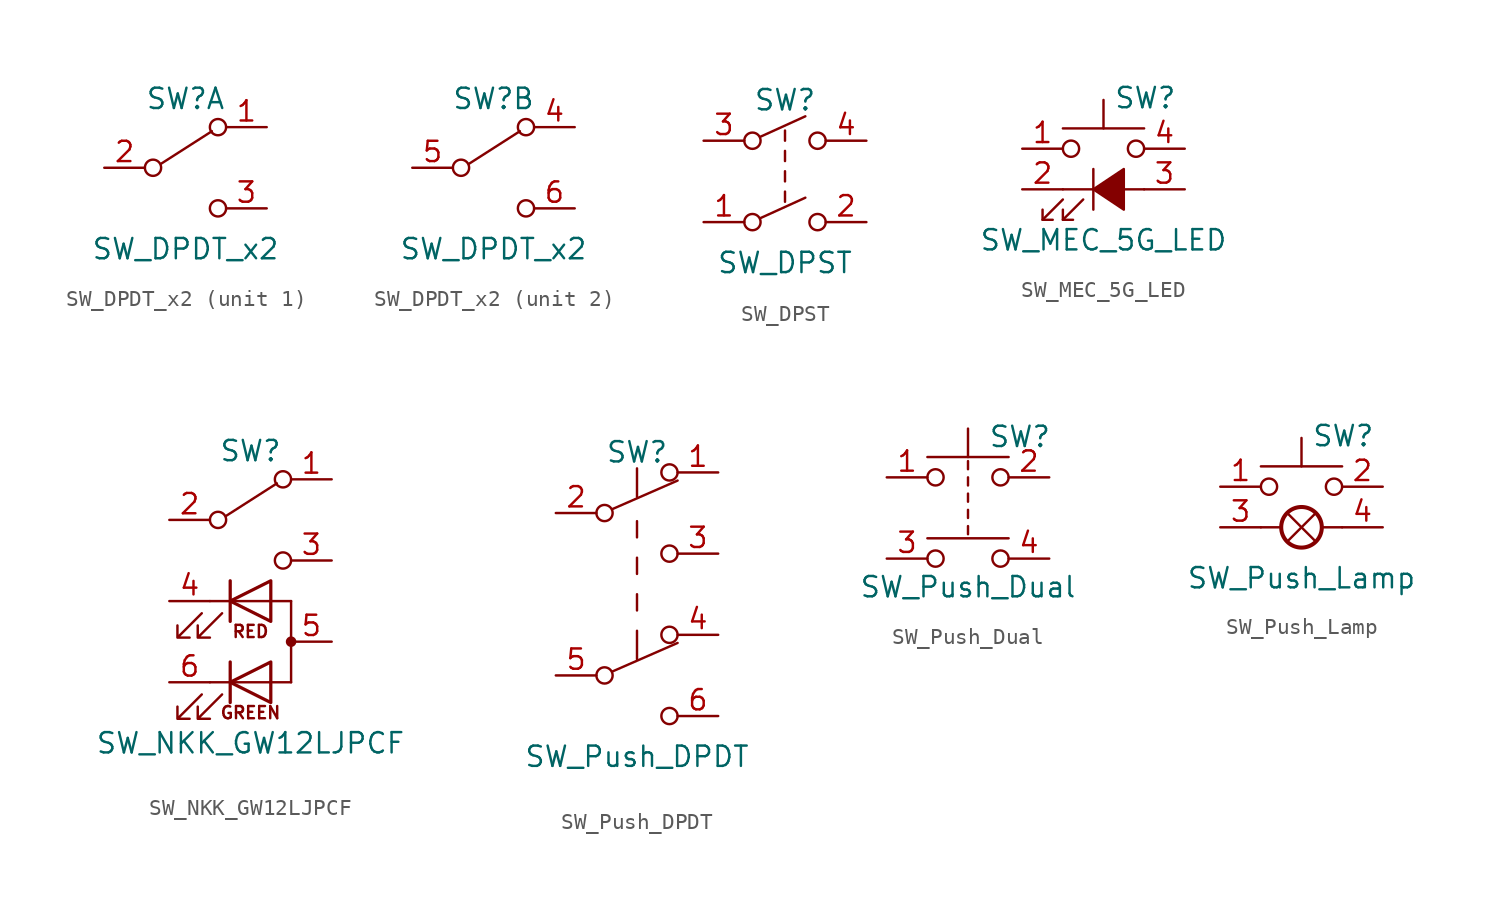
<source format=kicad_sym>
(kicad_symbol_lib
  (version 20220914)
  (generator kicad_symbol_editor)
  (symbol "SW_DPDT_x2"
    (pin_names
      (offset 0) hide)
    (property "Reference" "SW"
      (at 0 4.318 0)
      (effects (font (size 1.27 1.27))))
    (property "Value" "SW_DPDT_x2"
      (at 0 -5.08 0)
      (effects (font (size 1.27 1.27))))
    (symbol "SW_DPDT_x2_0_0"
      (circle (center -2.032 0) (radius 0.508) (stroke (width 0) (type default)) (fill (type none)))
      (circle (center 2.032 -2.54) (radius 0.508) (stroke (width 0) (type default)) (fill (type none))))
    (symbol "SW_DPDT_x2_0_1"
      (polyline (pts (xy -1.524 0.254) (xy 1.651 2.286)) (stroke (width 0) (type default)) (fill (type none)))
      (circle (center 2.032 2.54) (radius 0.508) (stroke (width 0) (type default)) (fill (type none))))
    (symbol "SW_DPDT_x2_1_1"
      (pin passive line (at 5.08 2.54 180) (length 2.54) (name "A" (effects (font (size 1.27 1.27)))) (number "1" (effects (font (size 1.27 1.27)))))
      (pin passive line (at -5.08 0 0) (length 2.54) (name "B" (effects (font (size 1.27 1.27)))) (number "2" (effects (font (size 1.27 1.27)))))
      (pin passive line (at 5.08 -2.54 180) (length 2.54) (name "C" (effects (font (size 1.27 1.27)))) (number "3" (effects (font (size 1.27 1.27))))))
    (symbol "SW_DPDT_x2_2_1"
      (pin passive line (at 5.08 2.54 180) (length 2.54) (name "A" (effects (font (size 1.27 1.27)))) (number "4" (effects (font (size 1.27 1.27)))))
      (pin passive line (at -5.08 0 0) (length 2.54) (name "B" (effects (font (size 1.27 1.27)))) (number "5" (effects (font (size 1.27 1.27)))))
      (pin passive line (at 5.08 -2.54 180) (length 2.54) (name "C" (effects (font (size 1.27 1.27)))) (number "6" (effects (font (size 1.27 1.27)))))))
  (symbol "SW_DPST"
    (pin_names
      (offset 0) hide)
    (property "Reference" "SW"
      (at 0 5.08 0)
      (effects (font (size 1.27 1.27))))
    (property "Value" "SW_DPST"
      (at 0 -5.08 0)
      (effects (font (size 1.27 1.27))))
    (symbol "SW_DPST_0_0"
      (circle (center -2.032 -2.54) (radius 0.508) (stroke (width 0) (type default)) (fill (type none)))
      (circle (center -2.032 2.54) (radius 0.508) (stroke (width 0) (type default)) (fill (type none)))
      (polyline (pts (xy -1.524 -2.286) (xy 1.27 -1.016)) (stroke (width 0) (type default)) (fill (type none)))
      (polyline (pts (xy -1.524 2.794) (xy 1.27 4.064)) (stroke (width 0) (type default)) (fill (type none)))
      (polyline (pts (xy 0 -1.27) (xy 0 -0.635)) (stroke (width 0) (type default)) (fill (type none)))
      (polyline (pts (xy 0 0) (xy 0 0.635)) (stroke (width 0) (type default)) (fill (type none)))
      (polyline (pts (xy 0 1.27) (xy 0 1.905)) (stroke (width 0) (type default)) (fill (type none)))
      (polyline (pts (xy 0 2.54) (xy 0 3.175)) (stroke (width 0) (type default)) (fill (type none)))
      (circle (center 2.032 -2.54) (radius 0.508) (stroke (width 0) (type default)) (fill (type none)))
      (circle (center 2.032 2.54) (radius 0.508) (stroke (width 0) (type default)) (fill (type none))))
    (symbol "SW_DPST_1_1"
      (pin passive line (at -5.08 -2.54 0) (length 2.54) (name "1" (effects (font (size 1.27 1.27)))) (number "1" (effects (font (size 1.27 1.27)))))
      (pin passive line (at 5.08 -2.54 180) (length 2.54) (name "2" (effects (font (size 1.27 1.27)))) (number "2" (effects (font (size 1.27 1.27)))))
      (pin passive line (at -5.08 2.54 0) (length 2.54) (name "3" (effects (font (size 1.27 1.27)))) (number "3" (effects (font (size 1.27 1.27)))))
      (pin passive line (at 5.08 2.54 180) (length 2.54) (name "4" (effects (font (size 1.27 1.27)))) (number "4" (effects (font (size 1.27 1.27)))))))
  (symbol "SW_MEC_5G_LED"
    (pin_names
      (offset 1.016) hide)
    (property "Reference" "SW"
      (at 0.635 5.715 0)
      (effects (font (size 1.27 1.27)) (justify left)))
    (property "Value" "SW_MEC_5G_LED"
      (at 0 -3.175 0)
      (effects (font (size 1.27 1.27))))
    (symbol "SW_MEC_5G_LED_0_0"
      (polyline (pts (xy -3.81 -1.905) (xy -2.54 -0.635)) (stroke (width 0) (type default)) (fill (type none)))
      (polyline (pts (xy -2.54 -1.905) (xy -1.27 -0.635)) (stroke (width 0) (type default)) (fill (type none)))
      (polyline (pts (xy -2.54 0) (xy 2.54 0)) (stroke (width 0) (type default)) (fill (type none)))
      (polyline (pts (xy -0.635 1.27) (xy -0.635 -1.27)) (stroke (width 0) (type default)) (fill (type none)))
      (polyline (pts (xy -3.81 -1.27) (xy -3.81 -1.905) (xy -3.175 -1.905)) (stroke (width 0) (type default)) (fill (type none)))
      (polyline (pts (xy -2.54 -1.27) (xy -2.54 -1.905) (xy -1.905 -1.905)) (stroke (width 0) (type default)) (fill (type none)))
      (polyline (pts (xy -0.635 0) (xy 1.27 1.27) (xy 1.27 -1.27) (xy -0.635 0)) (stroke (width 0) (type default)) (fill (type outline))))
    (symbol "SW_MEC_5G_LED_0_1"
      (circle (center -2.032 2.54) (radius 0.508) (stroke (width 0) (type default)) (fill (type none)))
      (polyline (pts (xy 0 3.81) (xy 0 5.588)) (stroke (width 0) (type default)) (fill (type none)))
      (polyline (pts (xy 2.54 3.81) (xy -2.54 3.81)) (stroke (width 0) (type default)) (fill (type none)))
      (circle (center 2.032 2.54) (radius 0.508) (stroke (width 0) (type default)) (fill (type none)))
      (pin passive line (at -5.08 2.54 0) (length 2.54) (name "1" (effects (font (size 1.27 1.27)))) (number "1" (effects (font (size 1.27 1.27)))))
      (pin passive line (at -5.08 0 0) (length 2.54) (name "2" (effects (font (size 1.27 1.27)))) (number "2" (effects (font (size 1.27 1.27)))))
      (pin passive line (at 5.08 0 180) (length 2.54) (name "K" (effects (font (size 1.27 1.27)))) (number "3" (effects (font (size 1.27 1.27)))))
      (pin passive line (at 5.08 2.54 180) (length 2.54) (name "A" (effects (font (size 1.27 1.27)))) (number "4" (effects (font (size 1.27 1.27)))))))
  (symbol "SW_NKK_GW12LJPCF"
    (pin_names
      (offset 1.016) hide)
    (property "Reference" "SW"
      (at 0 9.398 0)
      (effects (font (size 1.27 1.27))))
    (property "Value" "SW_NKK_GW12LJPCF"
      (at 0 -8.89 0)
      (effects (font (size 1.27 1.27))))
    (symbol "SW_NKK_GW12LJPCF_0_0"
      (circle (center -2.032 5.08) (radius 0.508) (stroke (width 0) (type default)) (fill (type none)))
      (polyline (pts (xy -2.54 -5.08) (xy 2.54 -5.08)) (stroke (width 0) (type default)) (fill (type none)))
      (polyline (pts (xy -2.54 0) (xy 2.54 0)) (stroke (width 0) (type default)) (fill (type none)))
      (circle (center 2.032 2.54) (radius 0.508) (stroke (width 0) (type default)) (fill (type none)))
      (text "GREEN" (at 0 -6.985 0) (effects (font (size 0.762 0.762))))
      (text "RED" (at 0 -1.905 0) (effects (font (size 0.762 0.762)))))
    (symbol "SW_NKK_GW12LJPCF_0_1"
      (polyline (pts (xy -1.524 5.334) (xy 1.651 7.366)) (stroke (width 0) (type default)) (fill (type none)))
      (polyline (pts (xy -1.27 -6.35) (xy -1.27 -3.81)) (stroke (width 0.203) (type default)) (fill (type none)))
      (polyline (pts (xy -1.27 -1.27) (xy -1.27 1.27)) (stroke (width 0.203) (type default)) (fill (type none)))
      (polyline (pts (xy 2.54 0) (xy 2.54 -5.08)) (stroke (width 0) (type default)) (fill (type none)))
      (polyline (pts (xy 1.27 -6.35) (xy 1.27 -3.81) (xy -1.27 -5.08) (xy 1.27 -6.35)) (stroke (width 0.203) (type default)) (fill (type none)))
      (polyline (pts (xy 1.27 -1.27) (xy 1.27 1.27) (xy -1.27 0) (xy 1.27 -1.27)) (stroke (width 0.203) (type default)) (fill (type none)))
      (polyline (pts (xy -3.048 -5.842) (xy -4.572 -7.366) (xy -3.81 -7.366) (xy -4.572 -7.366) (xy -4.572 -6.604)) (stroke (width 0) (type default)) (fill (type none)))
      (polyline (pts (xy -3.048 -0.762) (xy -4.572 -2.286) (xy -3.81 -2.286) (xy -4.572 -2.286) (xy -4.572 -1.524)) (stroke (width 0) (type default)) (fill (type none)))
      (polyline (pts (xy -1.778 -5.842) (xy -3.302 -7.366) (xy -2.54 -7.366) (xy -3.302 -7.366) (xy -3.302 -6.604)) (stroke (width 0) (type default)) (fill (type none)))
      (polyline (pts (xy -1.778 -0.762) (xy -3.302 -2.286) (xy -2.54 -2.286) (xy -3.302 -2.286) (xy -3.302 -1.524)) (stroke (width 0) (type default)) (fill (type none)))
      (circle (center 2.032 7.62) (radius 0.508) (stroke (width 0) (type default)) (fill (type none)))
      (circle (center 2.54 -2.54) (radius 0.254) (stroke (width 0) (type default)) (fill (type outline)))
      (pin passive line (at -5.08 0 0) (length 2.54) (name "KR" (effects (font (size 1.27 1.27)))) (number "4" (effects (font (size 1.27 1.27)))))
      (pin passive line (at 5.08 -2.54 180) (length 2.54) (name "A" (effects (font (size 1.27 1.27)))) (number "5" (effects (font (size 1.27 1.27)))))
      (pin passive line (at -5.08 -5.08 0) (length 2.54) (name "KG" (effects (font (size 1.27 1.27)))) (number "6" (effects (font (size 1.27 1.27))))))
    (symbol "SW_NKK_GW12LJPCF_1_1"
      (pin passive line (at 5.08 7.62 180) (length 2.54) (name "A" (effects (font (size 1.27 1.27)))) (number "1" (effects (font (size 1.27 1.27)))))
      (pin passive line (at -5.08 5.08 0) (length 2.54) (name "B" (effects (font (size 1.27 1.27)))) (number "2" (effects (font (size 1.27 1.27)))))
      (pin passive line (at 5.08 2.54 180) (length 2.54) (name "C" (effects (font (size 1.27 1.27)))) (number "3" (effects (font (size 1.27 1.27)))))))
  (symbol "SW_Push_DPDT"
    (pin_names
      (offset 0) hide)
    (property "Reference" "SW"
      (at 0 8.89 0)
      (effects (font (size 1.27 1.27))))
    (property "Value" "SW_Push_DPDT"
      (at 0 -10.16 0)
      (effects (font (size 1.27 1.27))))
    (symbol "SW_Push_DPDT_0_0"
      (circle (center -2.032 -5.08) (radius 0.508) (stroke (width 0) (type default)) (fill (type none)))
      (circle (center -2.032 5.08) (radius 0.508) (stroke (width 0) (type default)) (fill (type none)))
      (circle (center 2.032 -7.62) (radius 0.508) (stroke (width 0) (type default)) (fill (type none)))
      (circle (center 2.032 2.54) (radius 0.508) (stroke (width 0) (type default)) (fill (type none))))
    (symbol "SW_Push_DPDT_0_1"
      (polyline (pts (xy -1.524 -4.826) (xy 2.54 -3.048)) (stroke (width 0) (type default)) (fill (type none)))
      (polyline (pts (xy -1.524 5.334) (xy 2.54 7.112)) (stroke (width 0) (type default)) (fill (type none)))
      (polyline (pts (xy 0 -2.286) (xy 0 -4.064)) (stroke (width 0) (type default)) (fill (type none)))
      (polyline (pts (xy 0 -1.016) (xy 0 0)) (stroke (width 0) (type default)) (fill (type none)))
      (polyline (pts (xy 0 1.27) (xy 0 2.286)) (stroke (width 0) (type default)) (fill (type none)))
      (polyline (pts (xy 0 3.556) (xy 0 4.572)) (stroke (width 0) (type default)) (fill (type none)))
      (polyline (pts (xy 0 7.874) (xy 0 6.096)) (stroke (width 0) (type default)) (fill (type none)))
      (circle (center 2.032 -2.54) (radius 0.508) (stroke (width 0) (type default)) (fill (type none)))
      (circle (center 2.032 7.62) (radius 0.508) (stroke (width 0) (type default)) (fill (type none))))
    (symbol "SW_Push_DPDT_1_1"
      (pin passive line (at 5.08 7.62 180) (length 2.54) (name "A" (effects (font (size 1.27 1.27)))) (number "1" (effects (font (size 1.27 1.27)))))
      (pin passive line (at -5.08 5.08 0) (length 2.54) (name "B" (effects (font (size 1.27 1.27)))) (number "2" (effects (font (size 1.27 1.27)))))
      (pin passive line (at 5.08 2.54 180) (length 2.54) (name "C" (effects (font (size 1.27 1.27)))) (number "3" (effects (font (size 1.27 1.27)))))
      (pin passive line (at 5.08 -2.54 180) (length 2.54) (name "A" (effects (font (size 1.27 1.27)))) (number "4" (effects (font (size 1.27 1.27)))))
      (pin passive line (at -5.08 -5.08 0) (length 2.54) (name "B" (effects (font (size 1.27 1.27)))) (number "5" (effects (font (size 1.27 1.27)))))
      (pin passive line (at 5.08 -7.62 180) (length 2.54) (name "C" (effects (font (size 1.27 1.27)))) (number "6" (effects (font (size 1.27 1.27)))))))
  (symbol "SW_Push_Dual"
    (pin_names
      (offset 1.016) hide)
    (property "Reference" "SW"
      (at 1.27 2.54 0)
      (effects (font (size 1.27 1.27)) (justify left)))
    (property "Value" "SW_Push_Dual"
      (at 0 -6.858 0)
      (effects (font (size 1.27 1.27))))
    (symbol "SW_Push_Dual_0_1"
      (circle (center -2.032 -5.08) (radius 0.508) (stroke (width 0) (type default)) (fill (type none)))
      (circle (center -2.032 0) (radius 0.508) (stroke (width 0) (type default)) (fill (type none)))
      (polyline (pts (xy 0 -3.048) (xy 0 -3.556)) (stroke (width 0) (type default)) (fill (type none)))
      (polyline (pts (xy 0 -2.032) (xy 0 -2.54)) (stroke (width 0) (type default)) (fill (type none)))
      (polyline (pts (xy 0 -1.524) (xy 0 -1.016)) (stroke (width 0) (type default)) (fill (type none)))
      (polyline (pts (xy 0 -0.508) (xy 0 0)) (stroke (width 0) (type default)) (fill (type none)))
      (polyline (pts (xy 0 0.508) (xy 0 1.016)) (stroke (width 0) (type default)) (fill (type none)))
      (polyline (pts (xy 0 1.27) (xy 0 3.048)) (stroke (width 0) (type default)) (fill (type none)))
      (polyline (pts (xy 2.54 -3.81) (xy -2.54 -3.81)) (stroke (width 0) (type default)) (fill (type none)))
      (polyline (pts (xy 2.54 1.27) (xy -2.54 1.27)) (stroke (width 0) (type default)) (fill (type none)))
      (circle (center 2.032 -5.08) (radius 0.508) (stroke (width 0) (type default)) (fill (type none)))
      (circle (center 2.032 0) (radius 0.508) (stroke (width 0) (type default)) (fill (type none)))
      (pin passive line (at -5.08 0 0) (length 2.54) (name "1" (effects (font (size 1.27 1.27)))) (number "1" (effects (font (size 1.27 1.27)))))
      (pin passive line (at 5.08 0 180) (length 2.54) (name "2" (effects (font (size 1.27 1.27)))) (number "2" (effects (font (size 1.27 1.27)))))
      (pin passive line (at -5.08 -5.08 0) (length 2.54) (name "3" (effects (font (size 1.27 1.27)))) (number "3" (effects (font (size 1.27 1.27)))))
      (pin passive line (at 5.08 -5.08 180) (length 2.54) (name "4" (effects (font (size 1.27 1.27)))) (number "4" (effects (font (size 1.27 1.27)))))))
  (symbol "SW_Push_Lamp"
    (pin_names
      (offset 1.016) hide)
    (property "Reference" "SW"
      (at 0.635 5.715 0)
      (effects (font (size 1.27 1.27)) (justify left)))
    (property "Value" "SW_Push_Lamp"
      (at 0 -3.175 0)
      (effects (font (size 1.27 1.27))))
    (symbol "SW_Push_Lamp_0_1"
      (circle (center -2.032 2.54) (radius 0.508) (stroke (width 0) (type default)) (fill (type none)))
      (polyline (pts (xy -2.54 0) (xy -1.27 0)) (stroke (width 0) (type default)) (fill (type none)))
      (polyline (pts (xy -0.889 -0.889) (xy 0.889 0.889)) (stroke (width 0) (type default)) (fill (type none)))
      (polyline (pts (xy 0 3.81) (xy 0 5.588)) (stroke (width 0) (type default)) (fill (type none)))
      (polyline (pts (xy 0.889 -0.889) (xy -0.889 0.889)) (stroke (width 0) (type default)) (fill (type none)))
      (polyline (pts (xy 2.54 0) (xy 1.27 0)) (stroke (width 0) (type default)) (fill (type none)))
      (polyline (pts (xy 2.54 3.81) (xy -2.54 3.81)) (stroke (width 0) (type default)) (fill (type none)))
      (circle (center 0 0) (radius 1.27) (stroke (width 0.254) (type default)) (fill (type none)))
      (circle (center 2.032 2.54) (radius 0.508) (stroke (width 0) (type default)) (fill (type none)))
      (pin passive line (at -5.08 2.54 0) (length 2.54) (name "1" (effects (font (size 1.27 1.27)))) (number "1" (effects (font (size 1.27 1.27)))))
      (pin passive line (at 5.08 2.54 180) (length 2.54) (name "2" (effects (font (size 1.27 1.27)))) (number "2" (effects (font (size 1.27 1.27)))))
      (pin passive line (at -5.08 0 0) (length 2.54) (name "L" (effects (font (size 1.27 1.27)))) (number "3" (effects (font (size 1.27 1.27)))))
      (pin passive line (at 5.08 0 180) (length 2.54) (name "L" (effects (font (size 1.27 1.27)))) (number "4" (effects (font (size 1.27 1.27))))))))
</source>
